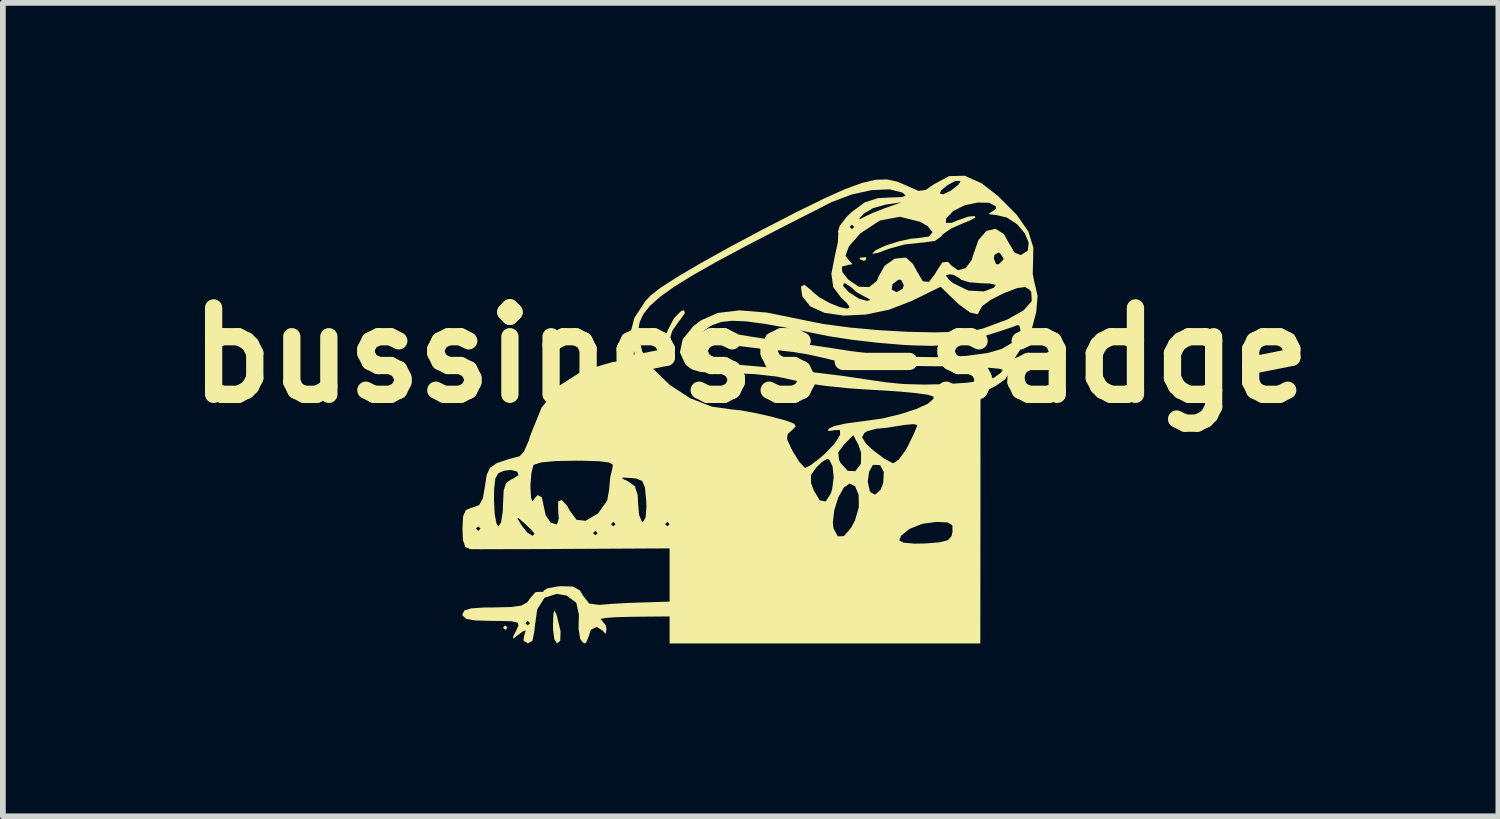
<source format=kicad_pcb>
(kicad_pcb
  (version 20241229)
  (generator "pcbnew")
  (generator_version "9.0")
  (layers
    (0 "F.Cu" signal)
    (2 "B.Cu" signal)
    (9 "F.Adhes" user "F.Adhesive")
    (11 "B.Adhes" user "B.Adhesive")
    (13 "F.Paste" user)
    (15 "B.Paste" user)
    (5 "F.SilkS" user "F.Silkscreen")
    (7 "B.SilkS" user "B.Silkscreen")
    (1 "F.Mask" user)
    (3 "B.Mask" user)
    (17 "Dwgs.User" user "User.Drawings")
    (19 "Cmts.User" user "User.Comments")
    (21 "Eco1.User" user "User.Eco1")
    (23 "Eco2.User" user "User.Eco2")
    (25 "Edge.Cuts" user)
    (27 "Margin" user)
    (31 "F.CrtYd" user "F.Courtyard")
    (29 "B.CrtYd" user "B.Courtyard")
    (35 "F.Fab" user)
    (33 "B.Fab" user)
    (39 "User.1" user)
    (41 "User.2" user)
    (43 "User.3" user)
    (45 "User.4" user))
  (footprint "bussiness-sadge"
    (layer "F.Cu")
    (at 9.979 3.116)
    (property "Reference" "bussiness-sadge" (at 0 0 0) (layer "F.SilkS") (effects (font (size 1.5 1.5) (thickness 0.3))))
    (attr board_only exclude_from_pos_files exclude_from_bom)
    (fp_poly (pts (xy -4.22 4.728) (xy -4.259 4.767) (xy -4.298 4.728) (xy -4.259 4.689)) (stroke (width 0) (type solid)) (fill yes) (layer "F.SilkS"))
    (fp_poly (pts (xy 2.006 -1.693) (xy 1.995 -1.647) (xy 1.954 -1.641) (xy 1.89 -1.67) (xy 1.902 -1.693) (xy 1.994 -1.703)) (stroke (width 0) (type solid)) (fill yes) (layer "F.SilkS"))
    (fp_poly (pts (xy -3.369 4.508) (xy -3.361 4.533) (xy -3.299 4.792) (xy -3.305 4.956) (xy -3.361 5.002) (xy -3.407 4.932) (xy -3.43 4.758) (xy -3.431 4.67) (xy -3.422 4.478) (xy -3.404 4.429)) (stroke (width 0) (type solid)) (fill yes) (layer "F.SilkS"))
    (fp_poly (pts (xy -1.141 -0.734) (xy -1.221 -0.618) (xy -1.237 -0.601) (xy -1.359 -0.426) (xy -1.408 -0.269) (xy -1.451 -0.077) (xy -1.491 0) (xy -1.538 0.041) (xy -1.539 -0.05) (xy -1.521 -0.156) (xy -1.443 -0.426) (xy -1.33 -0.644) (xy -1.207 -0.768) (xy -1.157 -0.782)) (stroke (width 0) (type solid)) (fill yes) (layer "F.SilkS"))
    (fp_poly (pts (xy 4.012 -2.983) (xy 4.293 -2.764) (xy 4.62 -2.436) (xy 4.82 -2.147) (xy 4.906 -1.87) (xy 4.902 -1.641) (xy 4.896 -1.415) (xy 4.93 -1.238) (xy 4.937 -1.223) (xy 4.98 -1.025) (xy 4.957 -0.751) (xy 4.881 -0.463) (xy 4.765 -0.221) (xy 4.726 -0.168) (xy 4.595 0.031) (xy 4.522 0.223) (xy 4.521 0.23) (xy 4.42 0.416) (xy 4.242 0.54) (xy 3.989 0.664) (xy 3.988 2.833) (xy 3.986 5.002) (xy 1.29 5.002) (xy -1.407 5.002) (xy -1.407 4.767) (xy -1.407 4.533) (xy -2.052 4.539) (xy -2.332 4.546) (xy -2.526 4.56) (xy -2.606 4.577) (xy -2.599 4.585) (xy -2.514 4.687) (xy -2.502 4.754) (xy -2.517 4.837) (xy -2.572 4.777) (xy -2.674 4.714) (xy -2.775 4.767) (xy -2.814 4.889) (xy -2.857 4.99) (xy -2.892 5.002) (xy -2.957 4.931) (xy -2.988 4.741) (xy -2.981 4.503) (xy -3.027 4.295) (xy -3.195 4.17) (xy -3.372 4.142) (xy -3.578 4.21) (xy -3.705 4.411) (xy -3.751 4.743) (xy -3.751 4.772) (xy -3.786 4.954) (xy -3.866 5.002) (xy -3.944 4.952) (xy -3.93 4.865) (xy -3.905 4.774) (xy -3.958 4.795) (xy -4.023 4.846) (xy -4.122 4.919) (xy -4.122 4.881) (xy -4.074 4.787) (xy -4.031 4.693) (xy -4.043 4.65) (xy -3.908 4.65) (xy -3.869 4.689) (xy -3.83 4.65) (xy -3.869 4.611) (xy -3.908 4.65) (xy -4.043 4.65) (xy -4.046 4.64) (xy -4.149 4.617) (xy -4.369 4.611) (xy -4.491 4.611) (xy -4.777 4.603) (xy -4.936 4.576) (xy -4.998 4.521) (xy -5.002 4.494) (xy -4.97 4.43) (xy -4.854 4.394) (xy -4.625 4.378) (xy -4.458 4.377) (xy -4.161 4.37) (xy -3.982 4.345) (xy -3.88 4.29) (xy -3.828 4.218) (xy -3.736 4.113) (xy -3.669 4.106) (xy -3.599 4.107) (xy -3.595 4.088) (xy -3.525 4.044) (xy -3.353 4.013) (xy -3.293 4.008) (xy -3.081 4.015) (xy -2.964 4.082) (xy -2.909 4.174) (xy -2.803 4.309) (xy -2.627 4.333) (xy -2.605 4.331) (xy -2.406 4.315) (xy -2.122 4.299) (xy -1.895 4.291) (xy -1.407 4.276) (xy -1.407 3.814) (xy -1.407 3.352) (xy -3.068 3.361) (xy -3.569 3.364) (xy -4.022 3.365) (xy -4.403 3.366) (xy -4.685 3.367) (xy -4.845 3.366) (xy -4.865 3.365) (xy -4.953 3.33) (xy -4.991 3.213) (xy 2.579 3.213) (xy 2.651 3.253) (xy 2.843 3.27) (xy 3.028 3.267) (xy 3.285 3.246) (xy 3.425 3.209) (xy 3.487 3.138) (xy 3.503 3.068) (xy 3.501 2.953) (xy 3.424 2.903) (xy 3.232 2.892) (xy 3.227 2.892) (xy 2.979 2.926) (xy 2.758 3.014) (xy 2.611 3.131) (xy 2.579 3.213) (xy -4.991 3.213) (xy -4.994 3.206) (xy -5.002 3.014) (xy -5.002 3.009) (xy -4.767 3.009) (xy -4.728 3.048) (xy -4.689 3.009) (xy -4.728 2.97) (xy -4.767 3.009) (xy -5.002 3.009) (xy -4.991 2.795) (xy -4.944 2.687) (xy -4.841 2.645) (xy -4.826 2.643) (xy -4.711 2.599) (xy -4.662 2.51) (xy -4.455 2.51) (xy -4.443 2.756) (xy -4.411 2.922) (xy -4.377 2.97) (xy -4.332 2.9) (xy -4.322 2.836) (xy -4.046 2.836) (xy -3.978 2.95) (xy -3.876 3.078) (xy -3.786 3.134) (xy -3.751 3.099) (xy -3.761 3.087) (xy -2.735 3.087) (xy -2.696 3.126) (xy -2.657 3.087) (xy -2.696 3.048) (xy -2.735 3.087) (xy -3.761 3.087) (xy -3.803 3.034) (xy -3.919 2.923) (xy -4.034 2.824) (xy -4.046 2.836) (xy -4.322 2.836) (xy -4.304 2.72) (xy -4.298 2.584) (xy -4.287 2.344) (xy -4.274 2.306) (xy -3.822 2.306) (xy -3.811 2.476) (xy -3.788 2.535) (xy -3.778 2.52) (xy -3.699 2.426) (xy -3.624 2.466) (xy -3.595 2.603) (xy -3.558 2.776) (xy -3.472 2.904) (xy -3.373 2.936) (xy -3.361 2.931) (xy -2.423 2.931) (xy -2.384 2.97) (xy -2.345 2.931) (xy -1.485 2.931) (xy -1.446 2.97) (xy -1.407 2.931) (xy -1.43 2.907) (xy 1.426 2.907) (xy 1.437 3.003) (xy 1.512 3.143) (xy 1.618 3.139) (xy 1.743 2.995) (xy 1.81 2.869) (xy 1.877 2.639) (xy 1.875 2.425) (xy 1.812 2.273) (xy 1.719 2.227) (xy 1.617 2.296) (xy 1.521 2.468) (xy 1.451 2.689) (xy 1.426 2.907) (xy -1.43 2.907) (xy -1.446 2.892) (xy -1.485 2.931) (xy -2.345 2.931) (xy -2.384 2.892) (xy -2.423 2.931) (xy -3.361 2.931) (xy -3.359 2.93) (xy -3.33 2.836) (xy -3.341 2.698) (xy -3.342 2.541) (xy -3.281 2.511) (xy -3.187 2.609) (xy -3.14 2.696) (xy -3.022 2.856) (xy -2.865 2.873) (xy -2.655 2.749) (xy -2.647 2.743) (xy -2.49 2.521) (xy -2.457 2.333) (xy -2.44 2.142) (xy -2.228 2.142) (xy -2.13 2.187) (xy -2.011 2.272) (xy -1.961 2.425) (xy -1.954 2.577) (xy -1.936 2.773) (xy -1.89 2.883) (xy -1.871 2.892) (xy -1.824 2.82) (xy -1.809 2.626) (xy -1.813 2.52) (xy -1.835 2.295) (xy -1.882 2.183) (xy -1.982 2.141) (xy -2.071 2.131) (xy -2.221 2.123) (xy -2.228 2.142) (xy -2.44 2.142) (xy -2.437 2.115) (xy -2.429 2.082) (xy 1.046 2.082) (xy 1.048 2.219) (xy 1.095 2.346) (xy 1.2 2.519) (xy 1.302 2.538) (xy 1.39 2.401) (xy 1.415 2.321) (xy 1.431 2.193) (xy 2.032 2.193) (xy 2.071 2.372) (xy 2.159 2.42) (xy 2.256 2.334) (xy 2.301 2.216) (xy 2.311 2.026) (xy 2.247 1.908) (xy 2.135 1.901) (xy 2.117 1.911) (xy 2.056 2.02) (xy 2.032 2.193) (xy 1.431 2.193) (xy 1.441 2.116) (xy 1.421 1.926) (xy 1.364 1.811) (xy 1.332 1.798) (xy 1.242 1.849) (xy 1.135 1.952) (xy 1.046 2.082) (xy -2.429 2.082) (xy -2.398 1.956) (xy -2.398 1.954) (xy -2.393 1.897) (xy -2.461 1.861) (xy -2.627 1.84) (xy -2.915 1.831) (xy -3.028 1.83) (xy -3.38 1.836) (xy -3.634 1.86) (xy -3.763 1.9) (xy -3.77 1.908) (xy -3.805 2.036) (xy -3.822 2.247) (xy -3.822 2.306) (xy -4.274 2.306) (xy -4.243 2.215) (xy -4.15 2.152) (xy -4.134 2.147) (xy -4.031 2.082) (xy -4.05 2.02) (xy -4.162 1.99) (xy -4.28 2.005) (xy -4.379 2.047) (xy -4.431 2.137) (xy -4.452 2.314) (xy -4.455 2.51) (xy -4.662 2.51) (xy -4.647 2.482) (xy -4.611 2.268) (xy -4.582 2.076) (xy -4.525 1.954) (xy -4.406 1.872) (xy -4.189 1.8) (xy -4.009 1.752) (xy -3.933 1.668) (xy -3.853 1.485) (xy -3.828 1.4) (xy -3.628 0.907) (xy -3.325 0.531) (xy -2.916 0.269) (xy -2.399 0.119) (xy -2.324 0.108) (xy -2.107 0.071) (xy -2.015 0.027) (xy -2.018 -0.047) (xy -2.042 -0.097) (xy -2.095 -0.353) (xy -2.09 -0.372) (xy -1.954 -0.372) (xy -1.882 -0.065) (xy -1.687 0.24) (xy -1.4 0.518) (xy -1.053 0.744) (xy -0.676 0.892) (xy -0.347 0.938) (xy -0.169 0.957) (xy 0.098 1.006) (xy 0.357 1.065) (xy 0.621 1.136) (xy 0.755 1.188) (xy 0.781 1.237) (xy 0.724 1.294) (xy 0.641 1.369) (xy 0.632 1.455) (xy 0.699 1.606) (xy 0.735 1.675) (xy 0.844 1.85) (xy 0.934 1.947) (xy 0.952 1.954) (xy 1.046 1.905) (xy 1.205 1.782) (xy 1.292 1.707) (xy 1.313 1.684) (xy 1.521 1.684) (xy 1.534 1.817) (xy 1.558 1.866) (xy 1.684 2.006) (xy 1.816 2.012) (xy 1.912 1.884) (xy 1.914 1.879) (xy 1.917 1.691) (xy 1.872 1.557) (xy 1.802 1.426) (xy 1.934 1.426) (xy 2.003 1.535) (xy 2.127 1.65) (xy 2.307 1.786) (xy 2.449 1.865) (xy 2.48 1.873) (xy 2.571 1.811) (xy 2.687 1.651) (xy 2.734 1.566) (xy 2.83 1.369) (xy 2.886 1.235) (xy 2.892 1.211) (xy 2.824 1.195) (xy 2.656 1.211) (xy 2.599 1.221) (xy 2.375 1.257) (xy 2.206 1.274) (xy 2.188 1.274) (xy 2.023 1.318) (xy 1.971 1.351) (xy 1.934 1.426) (xy 1.802 1.426) (xy 1.782 1.388) (xy 1.626 1.544) (xy 1.521 1.684) (xy 1.313 1.684) (xy 1.463 1.526) (xy 1.552 1.381) (xy 1.55 1.298) (xy 1.449 1.3) (xy 1.433 1.305) (xy 1.345 1.315) (xy 1.352 1.275) (xy 1.45 1.229) (xy 1.659 1.183) (xy 1.937 1.146) (xy 1.963 1.143) (xy 2.284 1.097) (xy 2.597 1.023) (xy 2.872 0.934) (xy 3.076 0.841) (xy 3.174 0.755) (xy 3.173 0.717) (xy 3.083 0.687) (xy 2.868 0.657) (xy 2.559 0.628) (xy 2.186 0.604) (xy 2.132 0.602) (xy 1.705 0.574) (xy 1.3 0.532) (xy 0.963 0.483) (xy 0.75 0.434) (xy 0.449 0.369) (xy 0.057 0.326) (xy -0.313 0.313) (xy -0.654 0.308) (xy -0.876 0.288) (xy -1.018 0.246) (xy -1.115 0.176) (xy -1.135 0.154) (xy -1.152 0.117) (xy -0.977 0.117) (xy -0.234 0.163) (xy 0.606 0.236) (xy 1.58 0.356) (xy 2.345 0.469) (xy 2.645 0.499) (xy 3.009 0.509) (xy 3.391 0.501) (xy 3.75 0.477) (xy 4.042 0.439) (xy 4.223 0.389) (xy 4.227 0.387) (xy 4.347 0.3) (xy 4.376 0.251) (xy 4.303 0.232) (xy 4.098 0.215) (xy 3.79 0.202) (xy 3.403 0.193) (xy 3.106 0.19) (xy 2.598 0.182) (xy 2.135 0.162) (xy 1.751 0.133) (xy 1.481 0.097) (xy 1.436 0.087) (xy 1.163 0.022) (xy 0.949 -0.023) (xy 0.742 -0.056) (xy 0.486 -0.086) (xy 0.137 -0.119) (xy -0.187 -0.158) (xy -0.379 -0.203) (xy -0.461 -0.26) (xy -0.469 -0.293) (xy -0.431 -0.368) (xy -0.295 -0.373) (xy -0.215 -0.36) (xy -0.005 -0.325) (xy 0.292 -0.281) (xy 0.586 -0.242) (xy 0.962 -0.19) (xy 1.39 -0.127) (xy 1.719 -0.075) (xy 2.229 -0.009) (xy 2.759 0.027) (xy 3.275 0.034) (xy 3.741 0.011) (xy 4.12 -0.04) (xy 4.358 -0.11) (xy 4.6 -0.253) (xy 4.689 -0.396) (xy 4.689 -0.407) (xy 4.665 -0.514) (xy 4.631 -0.523) (xy 4.532 -0.486) (xy 4.325 -0.417) (xy 4.051 -0.33) (xy 3.991 -0.312) (xy 3.687 -0.227) (xy 3.425 -0.179) (xy 3.147 -0.163) (xy 2.795 -0.172) (xy 2.623 -0.182) (xy 2.202 -0.217) (xy 1.757 -0.269) (xy 1.366 -0.329) (xy 1.25 -0.352) (xy 0.687 -0.466) (xy 0.252 -0.544) (xy -0.077 -0.588) (xy -0.323 -0.598) (xy -0.508 -0.578) (xy -0.655 -0.527) (xy -0.716 -0.495) (xy -0.902 -0.354) (xy -0.972 -0.19) (xy -0.977 -0.113) (xy -0.977 0.117) (xy -1.152 0.117) (xy -1.228 -0.049) (xy -1.18 -0.275) (xy -0.999 -0.501) (xy -0.867 -0.603) (xy -0.573 -0.734) (xy -0.193 -0.779) (xy 0.288 -0.74) (xy 0.874 -0.62) (xy 1.254 -0.544) (xy 1.714 -0.482) (xy 2.216 -0.436) (xy 2.725 -0.407) (xy 3.205 -0.397) (xy 3.62 -0.408) (xy 3.933 -0.441) (xy 4.032 -0.464) (xy 4.454 -0.62) (xy 4.738 -0.78) (xy 4.879 -0.94) (xy 4.87 -1.097) (xy 4.843 -1.136) (xy 4.764 -1.184) (xy 4.63 -1.167) (xy 4.402 -1.08) (xy 4.375 -1.068) (xy 4.159 -0.957) (xy 4.019 -0.852) (xy 3.988 -0.801) (xy 3.94 -0.711) (xy 3.811 -0.74) (xy 3.615 -0.883) (xy 3.547 -0.946) (xy 3.297 -1.189) (xy 2.799 -0.944) (xy 2.403 -0.791) (xy 1.997 -0.706) (xy 1.614 -0.688) (xy 1.282 -0.736) (xy 1.033 -0.848) (xy 0.896 -1.024) (xy 0.894 -1.03) (xy 0.872 -1.19) (xy 0.933 -1.224) (xy 1.057 -1.123) (xy 1.073 -1.104) (xy 1.193 -1.005) (xy 1.366 -0.909) (xy 1.543 -0.837) (xy 1.677 -0.808) (xy 1.719 -0.833) (xy 1.667 -0.909) (xy 1.568 -1.003) (xy 1.434 -1.18) (xy 1.43 -1.205) (xy 1.603 -1.205) (xy 1.694 -1.104) (xy 1.709 -1.092) (xy 1.881 -0.982) (xy 2.021 -0.943) (xy 2.081 -0.961) (xy 1.995 -1.01) (xy 1.981 -1.015) (xy 1.826 -1.103) (xy 1.79 -1.139) (xy 2.448 -1.139) (xy 2.533 -1.094) (xy 2.641 -1.157) (xy 2.657 -1.218) (xy 2.612 -1.309) (xy 2.564 -1.311) (xy 2.461 -1.233) (xy 2.448 -1.139) (xy 1.79 -1.139) (xy 1.762 -1.167) (xy 1.649 -1.245) (xy 1.617 -1.248) (xy 1.603 -1.205) (xy 1.43 -1.205) (xy 1.401 -1.413) (xy 1.425 -1.537) (xy 1.582 -1.537) (xy 1.591 -1.445) (xy 1.692 -1.315) (xy 1.875 -1.19) (xy 2.057 -1.183) (xy 2.19 -1.291) (xy 2.22 -1.365) (xy 2.325 -1.553) (xy 2.499 -1.676) (xy 2.684 -1.695) (xy 2.704 -1.688) (xy 2.814 -1.588) (xy 2.891 -1.448) (xy 2.989 -1.283) (xy 3.097 -1.275) (xy 3.179 -1.384) (xy 3.387 -1.384) (xy 3.442 -1.312) (xy 3.517 -1.25) (xy 3.776 -1.123) (xy 4.049 -1.108) (xy 4.22 -1.172) (xy 4.255 -1.221) (xy 4.156 -1.245) (xy 4.01 -1.249) (xy 3.795 -1.267) (xy 3.654 -1.31) (xy 3.634 -1.329) (xy 3.523 -1.396) (xy 3.454 -1.405) (xy 3.387 -1.384) (xy 3.179 -1.384) (xy 3.207 -1.422) (xy 3.219 -1.446) (xy 3.326 -1.612) (xy 3.426 -1.622) (xy 3.478 -1.563) (xy 3.597 -1.476) (xy 3.732 -1.513) (xy 3.837 -1.654) (xy 3.844 -1.68) (xy 4.22 -1.68) (xy 4.26 -1.583) (xy 4.304 -1.578) (xy 4.385 -1.659) (xy 4.388 -1.68) (xy 4.327 -1.772) (xy 4.304 -1.783) (xy 4.233 -1.745) (xy 4.22 -1.68) (xy 3.844 -1.68) (xy 3.859 -1.731) (xy 3.954 -2) (xy 4.093 -2.158) (xy 4.249 -2.195) (xy 4.395 -2.104) (xy 4.48 -1.952) (xy 4.579 -1.784) (xy 4.687 -1.738) (xy 4.809 -1.814) (xy 4.826 -1.951) (xy 4.759 -2.115) (xy 4.627 -2.272) (xy 4.45 -2.389) (xy 4.273 -2.432) (xy 4.144 -2.447) (xy 4.145 -2.472) (xy 4.163 -2.477) (xy 4.257 -2.538) (xy 4.256 -2.585) (xy 4.137 -2.647) (xy 3.935 -2.65) (xy 3.71 -2.601) (xy 3.52 -2.506) (xy 3.518 -2.505) (xy 3.392 -2.374) (xy 3.389 -2.296) (xy 3.496 -2.3) (xy 3.583 -2.338) (xy 3.774 -2.405) (xy 3.883 -2.417) (xy 3.903 -2.391) (xy 3.798 -2.334) (xy 3.687 -2.291) (xy 3.475 -2.197) (xy 3.333 -2.098) (xy 3.307 -2.063) (xy 3.199 -1.984) (xy 2.974 -1.954) (xy 2.959 -1.954) (xy 2.673 -1.923) (xy 2.396 -1.847) (xy 2.381 -1.841) (xy 2.208 -1.777) (xy 2.115 -1.761) (xy 2.11 -1.766) (xy 2.178 -1.829) (xy 2.347 -1.905) (xy 2.564 -1.975) (xy 2.776 -2.022) (xy 2.885 -2.032) (xy 3.095 -2.061) (xy 3.158 -2.136) (xy 3.071 -2.242) (xy 2.944 -2.315) (xy 2.593 -2.404) (xy 2.245 -2.339) (xy 1.913 -2.122) (xy 1.895 -2.106) (xy 1.703 -1.887) (xy 1.646 -1.723) (xy 1.727 -1.62) (xy 1.739 -1.615) (xy 1.766 -1.58) (xy 1.7 -1.569) (xy 1.582 -1.537) (xy 1.425 -1.537) (xy 1.464 -1.738) (xy 1.466 -1.745) (xy 1.514 -1.961) (xy 1.521 -2.121) (xy 1.515 -2.144) (xy 1.54 -2.227) (xy 1.719 -2.227) (xy 1.758 -2.188) (xy 1.798 -2.227) (xy 1.758 -2.266) (xy 1.719 -2.227) (xy 1.54 -2.227) (xy 1.547 -2.249) (xy 1.635 -2.362) (xy 1.879 -2.362) (xy 1.913 -2.369) (xy 1.954 -2.392) (xy 2.105 -2.465) (xy 2.319 -2.549) (xy 2.345 -2.558) (xy 2.618 -2.654) (xy 2.346 -2.615) (xy 2.125 -2.553) (xy 1.961 -2.456) (xy 1.955 -2.449) (xy 1.879 -2.362) (xy 1.635 -2.362) (xy 1.669 -2.405) (xy 1.757 -2.489) (xy 1.982 -2.655) (xy 2.207 -2.726) (xy 2.406 -2.738) (xy 2.617 -2.745) (xy 2.691 -2.768) (xy 2.652 -2.809) (xy 3.282 -2.809) (xy 3.337 -2.792) (xy 3.47 -2.855) (xy 3.48 -2.861) (xy 3.608 -2.962) (xy 3.644 -3.025) (xy 3.643 -3.026) (xy 3.553 -3.024) (xy 3.419 -2.955) (xy 3.309 -2.863) (xy 3.282 -2.809) (xy 2.652 -2.809) (xy 2.648 -2.813) (xy 2.628 -2.825) (xy 2.409 -2.88) (xy 2.1 -2.866) (xy 1.749 -2.789) (xy 1.402 -2.657) (xy 1.368 -2.639) (xy 0.591 -2.244) (xy -0.057 -1.909) (xy -0.586 -1.626) (xy -1.009 -1.386) (xy -1.337 -1.182) (xy -1.581 -1.007) (xy -1.753 -0.852) (xy -1.865 -0.71) (xy -1.927 -0.573) (xy -1.952 -0.432) (xy -1.954 -0.372) (xy -2.09 -0.372) (xy -2.019 -0.647) (xy -1.825 -0.944) (xy -1.738 -1.036) (xy -1.566 -1.17) (xy -1.27 -1.361) (xy -0.869 -1.597) (xy -0.378 -1.87) (xy 0.182 -2.169) (xy 0.213 -2.185) (xy 0.8 -2.487) (xy 1.27 -2.718) (xy 1.642 -2.885) (xy 1.936 -2.992) (xy 2.17 -3.046) (xy 2.365 -3.052) (xy 2.539 -3.015) (xy 2.713 -2.942) (xy 2.742 -2.927) (xy 2.914 -2.853) (xy 3.037 -2.869) (xy 3.179 -2.966) (xy 3.443 -3.109) (xy 3.715 -3.116)) (stroke (width 0) (type solid)) (fill yes) (layer "F.SilkS")))
  (gr_rect
    (start -3 -3)
    (end 22.957 11.118)
    (stroke (width 0.1) (type default))
    (fill no)
    (layer "Edge.Cuts")))
</source>
